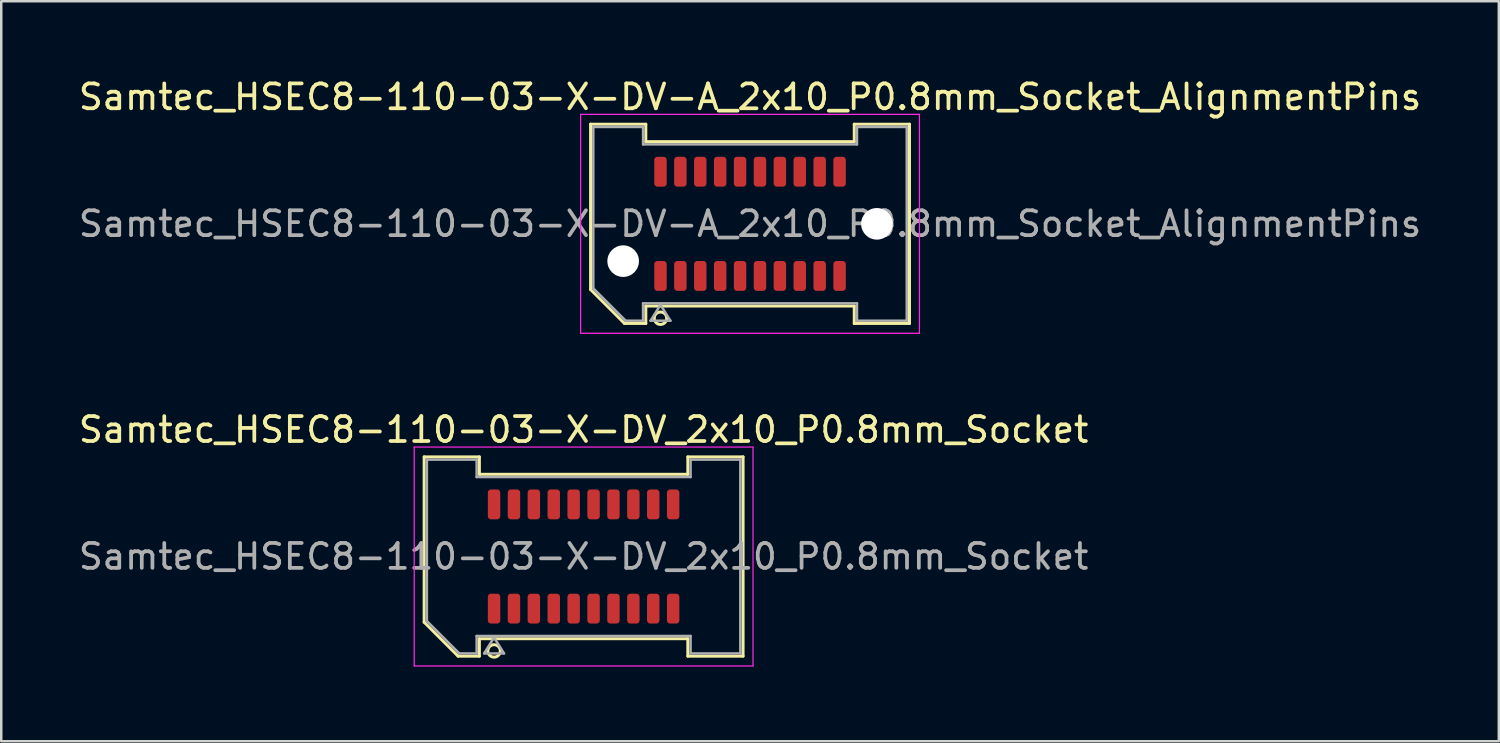
<source format=kicad_pcb>
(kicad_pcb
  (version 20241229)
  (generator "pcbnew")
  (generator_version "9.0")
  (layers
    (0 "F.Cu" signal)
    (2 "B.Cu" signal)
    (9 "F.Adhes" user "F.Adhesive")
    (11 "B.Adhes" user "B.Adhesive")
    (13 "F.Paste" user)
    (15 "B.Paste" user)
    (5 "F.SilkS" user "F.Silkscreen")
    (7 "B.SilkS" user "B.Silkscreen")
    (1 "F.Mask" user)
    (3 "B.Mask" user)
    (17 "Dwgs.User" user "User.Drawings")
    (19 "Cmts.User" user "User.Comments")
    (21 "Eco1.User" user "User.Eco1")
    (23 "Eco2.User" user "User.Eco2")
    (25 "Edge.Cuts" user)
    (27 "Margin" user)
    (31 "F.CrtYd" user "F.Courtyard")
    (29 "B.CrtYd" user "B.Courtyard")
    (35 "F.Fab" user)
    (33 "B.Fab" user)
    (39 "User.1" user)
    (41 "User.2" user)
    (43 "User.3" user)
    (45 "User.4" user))
  (footprint "Samtec_HSEC8-110-03-X-DV-A_2x10_P0.8mm_Socket_AlignmentPins"
    (layer "F.Cu")
    (at 27.101 5.948)
    (property "Reference" "Samtec_HSEC8-110-03-X-DV-A_2x10_P0.8mm_Socket_AlignmentPins" (at 0 -5.1 0) (layer "F.SilkS") (effects (font (size 1 1) (thickness 0.15))))
    (attr smd)
    (fp_line (start -6.41 -4.005) (end -4.19 -4.005) (stroke (width 0.12) (type solid)) (layer "F.SilkS"))
    (fp_line (start -6.41 2.641) (end -6.41 -4.005) (stroke (width 0.12) (type solid)) (layer "F.SilkS"))
    (fp_line (start -5.046 4.005) (end -6.41 2.641) (stroke (width 0.12) (type solid)) (layer "F.SilkS"))
    (fp_line (start -4.19 -4.005) (end -4.19 -3.305) (stroke (width 0.12) (type solid)) (layer "F.SilkS"))
    (fp_line (start -4.19 -3.305) (end 4.19 -3.305) (stroke (width 0.12) (type solid)) (layer "F.SilkS"))
    (fp_line (start -4.19 3.305) (end -4.19 4.005) (stroke (width 0.12) (type solid)) (layer "F.SilkS"))
    (fp_line (start -4.19 4.005) (end -5.046 4.005) (stroke (width 0.12) (type solid)) (layer "F.SilkS"))
    (fp_line (start 4.19 -4.005) (end 6.41 -4.005) (stroke (width 0.12) (type solid)) (layer "F.SilkS"))
    (fp_line (start 4.19 -3.305) (end 4.19 -4.005) (stroke (width 0.12) (type solid)) (layer "F.SilkS"))
    (fp_line (start 4.19 3.305) (end -4.19 3.305) (stroke (width 0.12) (type solid)) (layer "F.SilkS"))
    (fp_line (start 4.19 4.005) (end 4.19 3.305) (stroke (width 0.12) (type solid)) (layer "F.SilkS"))
    (fp_line (start 6.41 -4.005) (end 6.41 4.005) (stroke (width 0.12) (type solid)) (layer "F.SilkS"))
    (fp_line (start 6.41 4.005) (end 4.19 4.005) (stroke (width 0.12) (type solid)) (layer "F.SilkS"))
    (fp_arc (start -3.35 3.795) (mid -3.85 3.795) (end -3.35 3.795) (stroke (width 0.12) (type solid)) (layer "F.SilkS"))
    (fp_line (start -6.81 -4.4) (end -6.81 4.4) (stroke (width 0.05) (type solid)) (layer "F.CrtYd"))
    (fp_line (start -6.81 4.4) (end 6.81 4.4) (stroke (width 0.05) (type solid)) (layer "F.CrtYd"))
    (fp_line (start 6.81 -4.4) (end -6.81 -4.4) (stroke (width 0.05) (type solid)) (layer "F.CrtYd"))
    (fp_line (start 6.81 4.4) (end 6.81 -4.4) (stroke (width 0.05) (type solid)) (layer "F.CrtYd"))
    (fp_line (start -6.3 -3.895) (end -4.3 -3.895) (stroke (width 0.1) (type solid)) (layer "F.Fab"))
    (fp_line (start -6.3 2.595) (end -6.3 -3.895) (stroke (width 0.1) (type solid)) (layer "F.Fab"))
    (fp_line (start -5 3.895) (end -6.3 2.595) (stroke (width 0.1) (type solid)) (layer "F.Fab"))
    (fp_line (start -4.3 -3.895) (end -4.3 -3.195) (stroke (width 0.1) (type solid)) (layer "F.Fab"))
    (fp_line (start -4.3 -3.195) (end 4.3 -3.195) (stroke (width 0.1) (type solid)) (layer "F.Fab"))
    (fp_line (start -4.3 3.195) (end -4.3 3.895) (stroke (width 0.1) (type solid)) (layer "F.Fab"))
    (fp_line (start -4.3 3.895) (end -5 3.895) (stroke (width 0.1) (type solid)) (layer "F.Fab"))
    (fp_line (start -4 3.895) (end -3.6 3.255) (stroke (width 0.1) (type solid)) (layer "F.Fab"))
    (fp_line (start -3.6 3.255) (end -3.2 3.895) (stroke (width 0.1) (type solid)) (layer "F.Fab"))
    (fp_line (start -3.2 3.895) (end -4 3.895) (stroke (width 0.1) (type solid)) (layer "F.Fab"))
    (fp_line (start 4.3 -3.895) (end 6.3 -3.895) (stroke (width 0.1) (type solid)) (layer "F.Fab"))
    (fp_line (start 4.3 -3.195) (end 4.3 -3.895) (stroke (width 0.1) (type solid)) (layer "F.Fab"))
    (fp_line (start 4.3 3.195) (end -4.3 3.195) (stroke (width 0.1) (type solid)) (layer "F.Fab"))
    (fp_line (start 4.3 3.895) (end 4.3 3.195) (stroke (width 0.1) (type solid)) (layer "F.Fab"))
    (fp_line (start 6.3 -3.895) (end 6.3 3.895) (stroke (width 0.1) (type solid)) (layer "F.Fab"))
    (fp_line (start 6.3 3.895) (end 4.3 3.895) (stroke (width 0.1) (type solid)) (layer "F.Fab"))
    (fp_text user "${REFERENCE}" (at 0 0 0) (layer "F.Fab") (effects (font (size 1 1) (thickness 0.15))))
    (pad "" np_thru_hole circle (at -5.1 1.5) (size 1.27 1.27) (drill 1.27) (layers "*.Cu" "*.Mask"))
    (pad "" np_thru_hole circle (at 5.1 0) (size 1.27 1.27) (drill 1.27) (layers "*.Cu" "*.Mask"))
    (pad "1" smd roundrect (at -3.6 2.095) (size 0.5 1.2) (layers "F.Cu" "F.Mask" "F.Paste") (roundrect_rratio 0.25))
    (pad "2" smd roundrect (at -3.6 -2.095) (size 0.5 1.2) (layers "F.Cu" "F.Mask" "F.Paste") (roundrect_rratio 0.25))
    (pad "3" smd roundrect (at -2.8 2.095) (size 0.5 1.2) (layers "F.Cu" "F.Mask" "F.Paste") (roundrect_rratio 0.25))
    (pad "4" smd roundrect (at -2.8 -2.095) (size 0.5 1.2) (layers "F.Cu" "F.Mask" "F.Paste") (roundrect_rratio 0.25))
    (pad "5" smd roundrect (at -2 2.095) (size 0.5 1.2) (layers "F.Cu" "F.Mask" "F.Paste") (roundrect_rratio 0.25))
    (pad "6" smd roundrect (at -2 -2.095) (size 0.5 1.2) (layers "F.Cu" "F.Mask" "F.Paste") (roundrect_rratio 0.25))
    (pad "7" smd roundrect (at -1.2 2.095) (size 0.5 1.2) (layers "F.Cu" "F.Mask" "F.Paste") (roundrect_rratio 0.25))
    (pad "8" smd roundrect (at -1.2 -2.095) (size 0.5 1.2) (layers "F.Cu" "F.Mask" "F.Paste") (roundrect_rratio 0.25))
    (pad "9" smd roundrect (at -0.4 2.095) (size 0.5 1.2) (layers "F.Cu" "F.Mask" "F.Paste") (roundrect_rratio 0.25))
    (pad "10" smd roundrect (at -0.4 -2.095) (size 0.5 1.2) (layers "F.Cu" "F.Mask" "F.Paste") (roundrect_rratio 0.25))
    (pad "11" smd roundrect (at 0.4 2.095) (size 0.5 1.2) (layers "F.Cu" "F.Mask" "F.Paste") (roundrect_rratio 0.25))
    (pad "12" smd roundrect (at 0.4 -2.095) (size 0.5 1.2) (layers "F.Cu" "F.Mask" "F.Paste") (roundrect_rratio 0.25))
    (pad "13" smd roundrect (at 1.2 2.095) (size 0.5 1.2) (layers "F.Cu" "F.Mask" "F.Paste") (roundrect_rratio 0.25))
    (pad "14" smd roundrect (at 1.2 -2.095) (size 0.5 1.2) (layers "F.Cu" "F.Mask" "F.Paste") (roundrect_rratio 0.25))
    (pad "15" smd roundrect (at 2 2.095) (size 0.5 1.2) (layers "F.Cu" "F.Mask" "F.Paste") (roundrect_rratio 0.25))
    (pad "16" smd roundrect (at 2 -2.095) (size 0.5 1.2) (layers "F.Cu" "F.Mask" "F.Paste") (roundrect_rratio 0.25))
    (pad "17" smd roundrect (at 2.8 2.095) (size 0.5 1.2) (layers "F.Cu" "F.Mask" "F.Paste") (roundrect_rratio 0.25))
    (pad "18" smd roundrect (at 2.8 -2.095) (size 0.5 1.2) (layers "F.Cu" "F.Mask" "F.Paste") (roundrect_rratio 0.25))
    (pad "19" smd roundrect (at 3.6 2.095) (size 0.5 1.2) (layers "F.Cu" "F.Mask" "F.Paste") (roundrect_rratio 0.25))
    (pad "20" smd roundrect (at 3.6 -2.095) (size 0.5 1.2) (layers "F.Cu" "F.Mask" "F.Paste") (roundrect_rratio 0.25)))
  (footprint "Samtec_HSEC8-110-03-X-DV_2x10_P0.8mm_Socket"
    (layer "F.Cu")
    (at 20.411 19.322)
    (property "Reference" "Samtec_HSEC8-110-03-X-DV_2x10_P0.8mm_Socket" (at 0 -5.1 0) (layer "F.SilkS") (effects (font (size 1 1) (thickness 0.15))))
    (attr smd)
    (fp_line (start -6.41 -4.005) (end -4.19 -4.005) (stroke (width 0.12) (type solid)) (layer "F.SilkS"))
    (fp_line (start -6.41 2.641) (end -6.41 -4.005) (stroke (width 0.12) (type solid)) (layer "F.SilkS"))
    (fp_line (start -5.046 4.005) (end -6.41 2.641) (stroke (width 0.12) (type solid)) (layer "F.SilkS"))
    (fp_line (start -4.19 -4.005) (end -4.19 -3.305) (stroke (width 0.12) (type solid)) (layer "F.SilkS"))
    (fp_line (start -4.19 -3.305) (end 4.19 -3.305) (stroke (width 0.12) (type solid)) (layer "F.SilkS"))
    (fp_line (start -4.19 3.305) (end -4.19 4.005) (stroke (width 0.12) (type solid)) (layer "F.SilkS"))
    (fp_line (start -4.19 4.005) (end -5.046 4.005) (stroke (width 0.12) (type solid)) (layer "F.SilkS"))
    (fp_line (start 4.19 -4.005) (end 6.41 -4.005) (stroke (width 0.12) (type solid)) (layer "F.SilkS"))
    (fp_line (start 4.19 -3.305) (end 4.19 -4.005) (stroke (width 0.12) (type solid)) (layer "F.SilkS"))
    (fp_line (start 4.19 3.305) (end -4.19 3.305) (stroke (width 0.12) (type solid)) (layer "F.SilkS"))
    (fp_line (start 4.19 4.005) (end 4.19 3.305) (stroke (width 0.12) (type solid)) (layer "F.SilkS"))
    (fp_line (start 6.41 -4.005) (end 6.41 4.005) (stroke (width 0.12) (type solid)) (layer "F.SilkS"))
    (fp_line (start 6.41 4.005) (end 4.19 4.005) (stroke (width 0.12) (type solid)) (layer "F.SilkS"))
    (fp_arc (start -3.35 3.795) (mid -3.85 3.795) (end -3.35 3.795) (stroke (width 0.12) (type solid)) (layer "F.SilkS"))
    (fp_line (start -6.81 -4.4) (end -6.81 4.4) (stroke (width 0.05) (type solid)) (layer "F.CrtYd"))
    (fp_line (start -6.81 4.4) (end 6.81 4.4) (stroke (width 0.05) (type solid)) (layer "F.CrtYd"))
    (fp_line (start 6.81 -4.4) (end -6.81 -4.4) (stroke (width 0.05) (type solid)) (layer "F.CrtYd"))
    (fp_line (start 6.81 4.4) (end 6.81 -4.4) (stroke (width 0.05) (type solid)) (layer "F.CrtYd"))
    (fp_line (start -6.3 -3.895) (end -4.3 -3.895) (stroke (width 0.1) (type solid)) (layer "F.Fab"))
    (fp_line (start -6.3 2.595) (end -6.3 -3.895) (stroke (width 0.1) (type solid)) (layer "F.Fab"))
    (fp_line (start -5 3.895) (end -6.3 2.595) (stroke (width 0.1) (type solid)) (layer "F.Fab"))
    (fp_line (start -4.3 -3.895) (end -4.3 -3.195) (stroke (width 0.1) (type solid)) (layer "F.Fab"))
    (fp_line (start -4.3 -3.195) (end 4.3 -3.195) (stroke (width 0.1) (type solid)) (layer "F.Fab"))
    (fp_line (start -4.3 3.195) (end -4.3 3.895) (stroke (width 0.1) (type solid)) (layer "F.Fab"))
    (fp_line (start -4.3 3.895) (end -5 3.895) (stroke (width 0.1) (type solid)) (layer "F.Fab"))
    (fp_line (start -4 3.895) (end -3.6 3.255) (stroke (width 0.1) (type solid)) (layer "F.Fab"))
    (fp_line (start -3.6 3.255) (end -3.2 3.895) (stroke (width 0.1) (type solid)) (layer "F.Fab"))
    (fp_line (start -3.2 3.895) (end -4 3.895) (stroke (width 0.1) (type solid)) (layer "F.Fab"))
    (fp_line (start 4.3 -3.895) (end 6.3 -3.895) (stroke (width 0.1) (type solid)) (layer "F.Fab"))
    (fp_line (start 4.3 -3.195) (end 4.3 -3.895) (stroke (width 0.1) (type solid)) (layer "F.Fab"))
    (fp_line (start 4.3 3.195) (end -4.3 3.195) (stroke (width 0.1) (type solid)) (layer "F.Fab"))
    (fp_line (start 4.3 3.895) (end 4.3 3.195) (stroke (width 0.1) (type solid)) (layer "F.Fab"))
    (fp_line (start 6.3 -3.895) (end 6.3 3.895) (stroke (width 0.1) (type solid)) (layer "F.Fab"))
    (fp_line (start 6.3 3.895) (end 4.3 3.895) (stroke (width 0.1) (type solid)) (layer "F.Fab"))
    (fp_text user "${REFERENCE}" (at 0 0 0) (layer "F.Fab") (effects (font (size 1 1) (thickness 0.15))))
    (pad "1" smd roundrect (at -3.6 2.095) (size 0.5 1.2) (layers "F.Cu" "F.Mask" "F.Paste") (roundrect_rratio 0.25))
    (pad "2" smd roundrect (at -3.6 -2.095) (size 0.5 1.2) (layers "F.Cu" "F.Mask" "F.Paste") (roundrect_rratio 0.25))
    (pad "3" smd roundrect (at -2.8 2.095) (size 0.5 1.2) (layers "F.Cu" "F.Mask" "F.Paste") (roundrect_rratio 0.25))
    (pad "4" smd roundrect (at -2.8 -2.095) (size 0.5 1.2) (layers "F.Cu" "F.Mask" "F.Paste") (roundrect_rratio 0.25))
    (pad "5" smd roundrect (at -2 2.095) (size 0.5 1.2) (layers "F.Cu" "F.Mask" "F.Paste") (roundrect_rratio 0.25))
    (pad "6" smd roundrect (at -2 -2.095) (size 0.5 1.2) (layers "F.Cu" "F.Mask" "F.Paste") (roundrect_rratio 0.25))
    (pad "7" smd roundrect (at -1.2 2.095) (size 0.5 1.2) (layers "F.Cu" "F.Mask" "F.Paste") (roundrect_rratio 0.25))
    (pad "8" smd roundrect (at -1.2 -2.095) (size 0.5 1.2) (layers "F.Cu" "F.Mask" "F.Paste") (roundrect_rratio 0.25))
    (pad "9" smd roundrect (at -0.4 2.095) (size 0.5 1.2) (layers "F.Cu" "F.Mask" "F.Paste") (roundrect_rratio 0.25))
    (pad "10" smd roundrect (at -0.4 -2.095) (size 0.5 1.2) (layers "F.Cu" "F.Mask" "F.Paste") (roundrect_rratio 0.25))
    (pad "11" smd roundrect (at 0.4 2.095) (size 0.5 1.2) (layers "F.Cu" "F.Mask" "F.Paste") (roundrect_rratio 0.25))
    (pad "12" smd roundrect (at 0.4 -2.095) (size 0.5 1.2) (layers "F.Cu" "F.Mask" "F.Paste") (roundrect_rratio 0.25))
    (pad "13" smd roundrect (at 1.2 2.095) (size 0.5 1.2) (layers "F.Cu" "F.Mask" "F.Paste") (roundrect_rratio 0.25))
    (pad "14" smd roundrect (at 1.2 -2.095) (size 0.5 1.2) (layers "F.Cu" "F.Mask" "F.Paste") (roundrect_rratio 0.25))
    (pad "15" smd roundrect (at 2 2.095) (size 0.5 1.2) (layers "F.Cu" "F.Mask" "F.Paste") (roundrect_rratio 0.25))
    (pad "16" smd roundrect (at 2 -2.095) (size 0.5 1.2) (layers "F.Cu" "F.Mask" "F.Paste") (roundrect_rratio 0.25))
    (pad "17" smd roundrect (at 2.8 2.095) (size 0.5 1.2) (layers "F.Cu" "F.Mask" "F.Paste") (roundrect_rratio 0.25))
    (pad "18" smd roundrect (at 2.8 -2.095) (size 0.5 1.2) (layers "F.Cu" "F.Mask" "F.Paste") (roundrect_rratio 0.25))
    (pad "19" smd roundrect (at 3.6 2.095) (size 0.5 1.2) (layers "F.Cu" "F.Mask" "F.Paste") (roundrect_rratio 0.25))
    (pad "20" smd roundrect (at 3.6 -2.095) (size 0.5 1.2) (layers "F.Cu" "F.Mask" "F.Paste") (roundrect_rratio 0.25)))
  (gr_rect
    (start -3 -3)
    (end 57.202 26.747)
    (stroke (width 0.1) (type default))
    (fill no)
    (layer "Edge.Cuts")))
</source>
